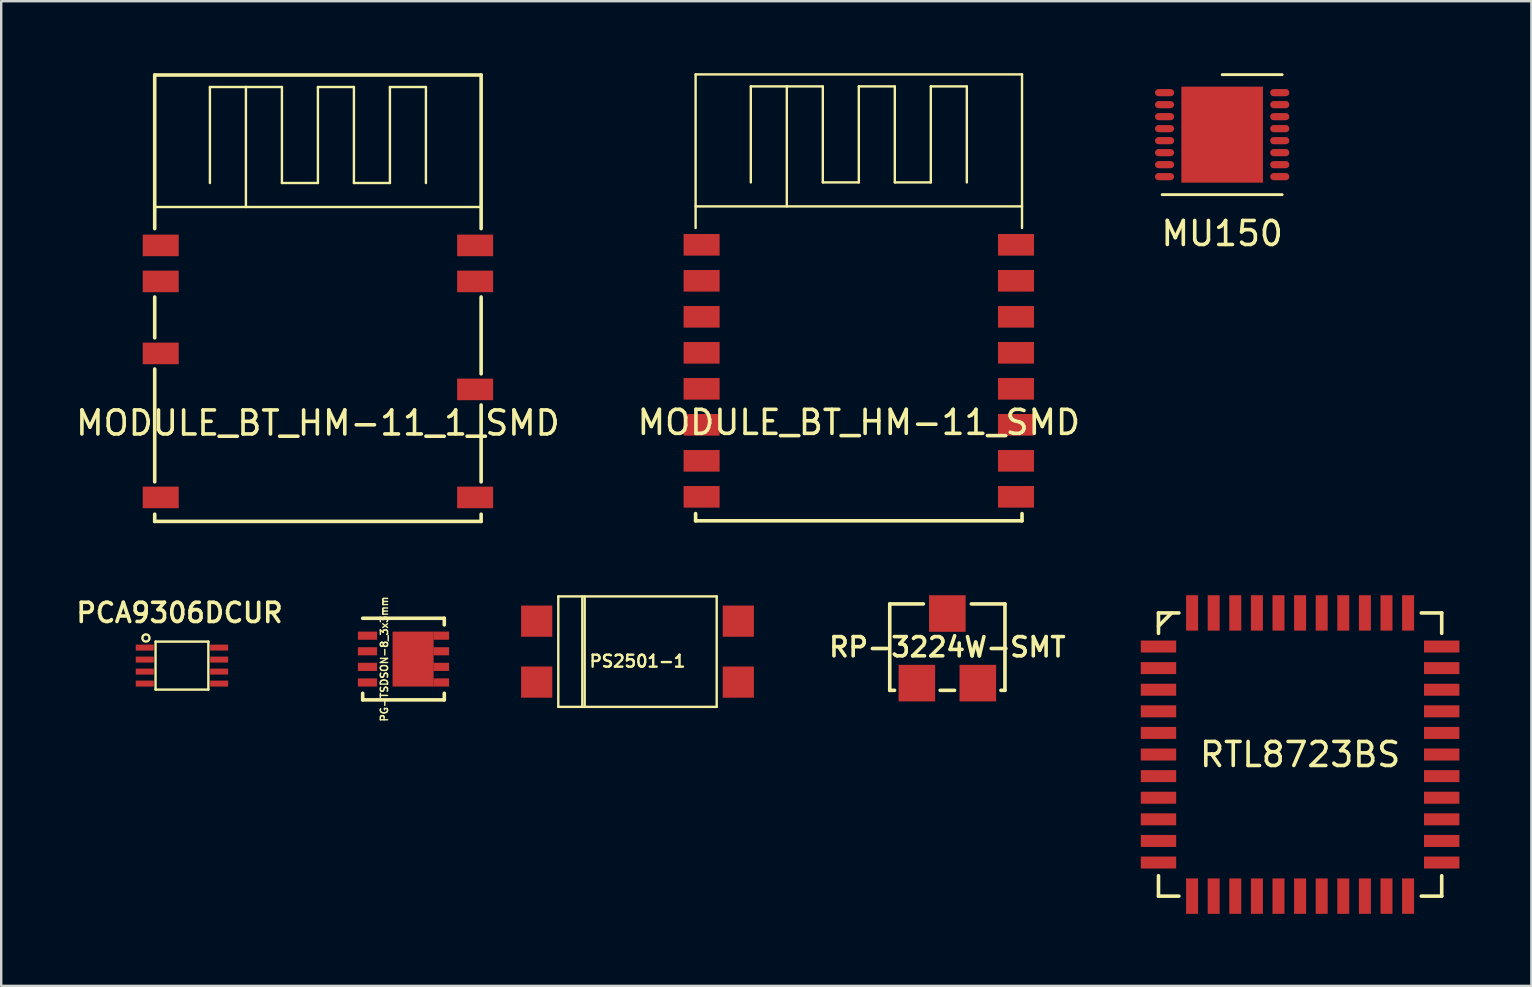
<source format=kicad_pcb>
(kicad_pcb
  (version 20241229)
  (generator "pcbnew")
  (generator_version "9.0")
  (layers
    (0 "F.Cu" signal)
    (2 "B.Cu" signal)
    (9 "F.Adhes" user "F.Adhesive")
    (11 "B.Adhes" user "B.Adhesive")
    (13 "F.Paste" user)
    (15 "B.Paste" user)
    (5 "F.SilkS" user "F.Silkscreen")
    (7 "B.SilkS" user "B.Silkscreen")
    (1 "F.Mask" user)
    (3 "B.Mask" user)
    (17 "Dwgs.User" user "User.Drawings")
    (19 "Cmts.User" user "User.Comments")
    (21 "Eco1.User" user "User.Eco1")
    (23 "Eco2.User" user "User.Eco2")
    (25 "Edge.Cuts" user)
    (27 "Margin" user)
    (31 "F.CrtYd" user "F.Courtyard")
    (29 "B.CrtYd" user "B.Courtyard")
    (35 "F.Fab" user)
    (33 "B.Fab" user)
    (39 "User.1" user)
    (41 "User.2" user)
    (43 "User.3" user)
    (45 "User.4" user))
  (footprint "PCA9306DCUR"
    (layer "F.Cu")
    (at 4.531 24.681)
    (property "Reference" "PCA9306DCUR" (at -0.1 -2.2 0) (layer "F.SilkS") (effects (font (size 0.8 0.8) (thickness 0.15))))
    (attr through_hole)
    (fp_line (start -1.1 -1) (end -1.1 1) (stroke (width 0.1) (type solid)) (layer "F.SilkS"))
    (fp_line (start -1.1 1) (end 1.1 1) (stroke (width 0.1) (type solid)) (layer "F.SilkS"))
    (fp_line (start 1.1 -1) (end -1.1 -1) (stroke (width 0.1) (type solid)) (layer "F.SilkS"))
    (fp_line (start 1.1 1) (end 1.1 -1) (stroke (width 0.1) (type solid)) (layer "F.SilkS"))
    (fp_circle (center -1.5 -1.15) (end -1.35 -1.15) (stroke (width 0.1) (type solid)) (fill no) (layer "F.SilkS"))
    (pad "1" smd rect (at -1.55 -0.75) (size 0.75 0.25) (layers "F.Cu" "F.Mask" "F.Paste"))
    (pad "2" smd rect (at -1.55 -0.25) (size 0.75 0.25) (layers "F.Cu" "F.Mask" "F.Paste"))
    (pad "3" smd rect (at -1.55 0.25) (size 0.75 0.25) (layers "F.Cu" "F.Mask" "F.Paste"))
    (pad "4" smd rect (at -1.55 0.75) (size 0.75 0.25) (layers "F.Cu" "F.Mask" "F.Paste"))
    (pad "5" smd rect (at 1.55 0.75) (size 0.75 0.25) (layers "F.Cu" "F.Mask" "F.Paste"))
    (pad "6" smd rect (at 1.55 0.25) (size 0.75 0.25) (layers "F.Cu" "F.Mask" "F.Paste"))
    (pad "7" smd rect (at 1.55 -0.25) (size 0.75 0.25) (layers "F.Cu" "F.Mask" "F.Paste"))
    (pad "8" smd rect (at 1.55 -0.75) (size 0.75 0.25) (layers "F.Cu" "F.Mask" "F.Paste")))
  (footprint "MODULE_BT_HM-11_1_SMD"
    (layer "F.Cu")
    (at 10.196 13.575)
    (property "Reference" "MODULE_BT_HM-11_1_SMD" (at 0 1 0) (layer "F.SilkS") (effects (font (size 1 1) (thickness 0.15))))
    (attr through_hole)
    (fp_line (start -6.8 -13.5) (end 6.8 -13.5) (stroke (width 0.15) (type solid)) (layer "F.SilkS"))
    (fp_line (start -6.8 -8) (end 6.8 -8) (stroke (width 0.1) (type solid)) (layer "F.SilkS"))
    (fp_line (start -6.8 -7.1) (end -6.8 -13.5) (stroke (width 0.15) (type solid)) (layer "F.SilkS"))
    (fp_line (start -6.8 -4.25) (end -6.8 -2.55) (stroke (width 0.15) (type solid)) (layer "F.SilkS"))
    (fp_line (start -6.8 -1.25) (end -6.8 3.45) (stroke (width 0.15) (type solid)) (layer "F.SilkS"))
    (fp_line (start -6.8 5.1) (end -6.8 4.8) (stroke (width 0.15) (type solid)) (layer "F.SilkS"))
    (fp_line (start -6.8 5.1) (end 6.8 5.1) (stroke (width 0.15) (type solid)) (layer "F.SilkS"))
    (fp_line (start -4.5 -13) (end -4.5 -9) (stroke (width 0.1) (type solid)) (layer "F.SilkS"))
    (fp_line (start -3 -13) (end -4.5 -13) (stroke (width 0.1) (type solid)) (layer "F.SilkS"))
    (fp_line (start -3 -13) (end -1.5 -13) (stroke (width 0.1) (type solid)) (layer "F.SilkS"))
    (fp_line (start -3 -8) (end -3 -13) (stroke (width 0.1) (type solid)) (layer "F.SilkS"))
    (fp_line (start -1.5 -13) (end -1.5 -9) (stroke (width 0.1) (type solid)) (layer "F.SilkS"))
    (fp_line (start -1.5 -9) (end 0 -9) (stroke (width 0.1) (type solid)) (layer "F.SilkS"))
    (fp_line (start 0 -13) (end 1.5 -13) (stroke (width 0.1) (type solid)) (layer "F.SilkS"))
    (fp_line (start 0 -9) (end 0 -13) (stroke (width 0.1) (type solid)) (layer "F.SilkS"))
    (fp_line (start 1.5 -13) (end 1.5 -9) (stroke (width 0.1) (type solid)) (layer "F.SilkS"))
    (fp_line (start 1.5 -9) (end 3 -9) (stroke (width 0.1) (type solid)) (layer "F.SilkS"))
    (fp_line (start 3 -13) (end 4.5 -13) (stroke (width 0.1) (type solid)) (layer "F.SilkS"))
    (fp_line (start 3 -9) (end 3 -13) (stroke (width 0.1) (type solid)) (layer "F.SilkS"))
    (fp_line (start 4.5 -13) (end 4.5 -9) (stroke (width 0.1) (type solid)) (layer "F.SilkS"))
    (fp_line (start 6.8 -13.5) (end 6.8 -7.1) (stroke (width 0.15) (type solid)) (layer "F.SilkS"))
    (fp_line (start 6.8 -4.25) (end 6.8 -1.05) (stroke (width 0.15) (type solid)) (layer "F.SilkS"))
    (fp_line (start 6.8 0.25) (end 6.8 3.45) (stroke (width 0.15) (type solid)) (layer "F.SilkS"))
    (fp_line (start 6.8 5.1) (end 6.8 4.8) (stroke (width 0.15) (type solid)) (layer "F.SilkS"))
    (pad "1" smd rect (at -6.55 -6.4) (size 1.5 0.9) (layers "F.Cu" "F.Mask" "F.Paste"))
    (pad "2" smd rect (at -6.55 -4.9) (size 1.5 0.9) (layers "F.Cu" "F.Mask" "F.Paste"))
    (pad "4" smd rect (at -6.55 -1.9) (size 1.5 0.9) (layers "F.Cu" "F.Mask" "F.Paste"))
    (pad "8" smd rect (at -6.55 4.1) (size 1.5 0.9) (layers "F.Cu" "F.Mask" "F.Paste"))
    (pad "9" smd rect (at 6.55 4.1) (size 1.5 0.9) (layers "F.Cu" "F.Mask" "F.Paste"))
    (pad "12" smd rect (at 6.55 -0.4) (size 1.5 0.9) (layers "F.Cu" "F.Mask" "F.Paste"))
    (pad "15" smd rect (at 6.55 -4.9) (size 1.5 0.9) (layers "F.Cu" "F.Mask" "F.Paste"))
    (pad "16" smd rect (at 6.55 -6.4) (size 1.5 0.9) (layers "F.Cu" "F.Mask" "F.Paste")))
  (footprint "MODULE_BT_HM-11_SMD"
    (layer "F.Cu")
    (at 32.732 13.55)
    (property "Reference" "MODULE_BT_HM-11_SMD" (at 0 1 0) (layer "F.SilkS") (effects (font (size 1 1) (thickness 0.15))))
    (attr through_hole)
    (fp_line (start -6.8 -13.5) (end 6.8 -13.5) (stroke (width 0.1) (type solid)) (layer "F.SilkS"))
    (fp_line (start -6.8 -8) (end 6.8 -8) (stroke (width 0.1) (type solid)) (layer "F.SilkS"))
    (fp_line (start -6.8 -7.1) (end -6.8 -13.5) (stroke (width 0.1) (type solid)) (layer "F.SilkS"))
    (fp_line (start -6.8 5.1) (end -6.8 4.8) (stroke (width 0.15) (type solid)) (layer "F.SilkS"))
    (fp_line (start -6.8 5.1) (end 6.8 5.1) (stroke (width 0.15) (type solid)) (layer "F.SilkS"))
    (fp_line (start -4.5 -13) (end -4.5 -9) (stroke (width 0.1) (type solid)) (layer "F.SilkS"))
    (fp_line (start -3 -13) (end -4.5 -13) (stroke (width 0.1) (type solid)) (layer "F.SilkS"))
    (fp_line (start -3 -13) (end -1.5 -13) (stroke (width 0.1) (type solid)) (layer "F.SilkS"))
    (fp_line (start -3 -8) (end -3 -13) (stroke (width 0.1) (type solid)) (layer "F.SilkS"))
    (fp_line (start -1.5 -13) (end -1.5 -9) (stroke (width 0.1) (type solid)) (layer "F.SilkS"))
    (fp_line (start -1.5 -9) (end 0 -9) (stroke (width 0.1) (type solid)) (layer "F.SilkS"))
    (fp_line (start 0 -13) (end 1.5 -13) (stroke (width 0.1) (type solid)) (layer "F.SilkS"))
    (fp_line (start 0 -9) (end 0 -13) (stroke (width 0.1) (type solid)) (layer "F.SilkS"))
    (fp_line (start 1.5 -13) (end 1.5 -9) (stroke (width 0.1) (type solid)) (layer "F.SilkS"))
    (fp_line (start 1.5 -9) (end 3 -9) (stroke (width 0.1) (type solid)) (layer "F.SilkS"))
    (fp_line (start 3 -13) (end 4.5 -13) (stroke (width 0.1) (type solid)) (layer "F.SilkS"))
    (fp_line (start 3 -9) (end 3 -13) (stroke (width 0.1) (type solid)) (layer "F.SilkS"))
    (fp_line (start 4.5 -13) (end 4.5 -9) (stroke (width 0.1) (type solid)) (layer "F.SilkS"))
    (fp_line (start 6.8 -13.5) (end 6.8 -7.1) (stroke (width 0.1) (type solid)) (layer "F.SilkS"))
    (fp_line (start 6.8 5.1) (end 6.8 4.8) (stroke (width 0.15) (type solid)) (layer "F.SilkS"))
    (pad "1" smd rect (at -6.55 -6.4) (size 1.5 0.9) (layers "F.Cu" "F.Mask" "F.Paste"))
    (pad "2" smd rect (at -6.55 -4.9) (size 1.5 0.9) (layers "F.Cu" "F.Mask" "F.Paste"))
    (pad "3" smd rect (at -6.55 -3.4) (size 1.5 0.9) (layers "F.Cu" "F.Mask" "F.Paste"))
    (pad "4" smd rect (at -6.55 -1.9) (size 1.5 0.9) (layers "F.Cu" "F.Mask" "F.Paste"))
    (pad "5" smd rect (at -6.55 -0.4) (size 1.5 0.9) (layers "F.Cu" "F.Mask" "F.Paste"))
    (pad "6" smd rect (at -6.55 1.1) (size 1.5 0.9) (layers "F.Cu" "F.Mask" "F.Paste"))
    (pad "7" smd rect (at -6.55 2.6) (size 1.5 0.9) (layers "F.Cu" "F.Mask" "F.Paste"))
    (pad "8" smd rect (at -6.55 4.1) (size 1.5 0.9) (layers "F.Cu" "F.Mask" "F.Paste"))
    (pad "9" smd rect (at 6.55 4.1) (size 1.5 0.9) (layers "F.Cu" "F.Mask" "F.Paste"))
    (pad "10" smd rect (at 6.55 2.6) (size 1.5 0.9) (layers "F.Cu" "F.Mask" "F.Paste"))
    (pad "11" smd rect (at 6.55 1.1) (size 1.5 0.9) (layers "F.Cu" "F.Mask" "F.Paste"))
    (pad "12" smd rect (at 6.55 -0.4) (size 1.5 0.9) (layers "F.Cu" "F.Mask" "F.Paste"))
    (pad "13" smd rect (at 6.55 -1.9) (size 1.5 0.9) (layers "F.Cu" "F.Mask" "F.Paste"))
    (pad "14" smd rect (at 6.55 -3.4) (size 1.5 0.9) (layers "F.Cu" "F.Mask" "F.Paste"))
    (pad "15" smd rect (at 6.55 -4.9) (size 1.5 0.9) (layers "F.Cu" "F.Mask" "F.Paste"))
    (pad "16" smd rect (at 6.55 -6.4) (size 1.5 0.9) (layers "F.Cu" "F.Mask" "F.Paste")))
  (footprint "PG-TSDSON-8_3x3mm"
    (layer "F.Cu")
    (at 13.761 24.41)
    (property "Reference" "PG-TSDSON-8_3x3mm" (at -0.8 0 90) (layer "F.SilkS") (effects (font (size 0.3 0.3) (thickness 0.06))))
    (attr smd)
    (fp_line (start -1.7 -1.7) (end 1.7 -1.7) (stroke (width 0.15) (type solid)) (layer "F.SilkS"))
    (fp_line (start -1.7 1.7) (end -1.7 1.425) (stroke (width 0.15) (type solid)) (layer "F.SilkS"))
    (fp_line (start -1.7 1.7) (end 1.7 1.7) (stroke (width 0.15) (type solid)) (layer "F.SilkS"))
    (fp_line (start 1.7 -1.7) (end 1.7 -1.425) (stroke (width 0.15) (type solid)) (layer "F.SilkS"))
    (fp_line (start 1.7 1.7) (end 1.7 1.425) (stroke (width 0.15) (type solid)) (layer "F.SilkS"))
    (pad "1" smd rect (at -1.5 -0.975) (size 0.8 0.34) (layers "F.Cu" "F.Mask" "F.Paste"))
    (pad "2" smd rect (at -1.5 -0.325) (size 0.8 0.34) (layers "F.Cu" "F.Mask" "F.Paste"))
    (pad "3" smd rect (at -1.5 0.325) (size 0.8 0.34) (layers "F.Cu" "F.Mask" "F.Paste"))
    (pad "4" smd rect (at -1.5 0.975) (size 0.8 0.34) (layers "F.Cu" "F.Mask" "F.Paste"))
    (pad "5" smd rect (at 1.575 0.975) (size 0.65 0.34) (layers "F.Cu" "F.Mask" "F.Paste"))
    (pad "6" smd rect (at 1.575 0.325) (size 0.65 0.34) (layers "F.Cu" "F.Mask" "F.Paste"))
    (pad "7" smd rect (at 1.575 -0.325) (size 0.65 0.34) (layers "F.Cu" "F.Mask" "F.Paste"))
    (pad "8" smd rect (at 0.4 0) (size 1.71 2.29) (layers "F.Cu" "F.Mask" "F.Paste"))
    (pad "8" smd rect (at 1.575 -0.975) (size 0.65 0.34) (layers "F.Cu" "F.Mask" "F.Paste")))
  (footprint "RP-3224W-SMT"
    (layer "F.Cu")
    (at 36.421 23.912)
    (property "Reference" "RP-3224W-SMT" (at 0 0 0) (layer "F.SilkS") (effects (font (size 0.8 0.8) (thickness 0.15))))
    (attr through_hole)
    (fp_line (start -2.4 -1.8) (end -1 -1.8) (stroke (width 0.15) (type solid)) (layer "F.SilkS"))
    (fp_line (start -2.4 1.8) (end -2.4 -1.8) (stroke (width 0.15) (type solid)) (layer "F.SilkS"))
    (fp_line (start -2.2 1.8) (end -2.4 1.8) (stroke (width 0.15) (type solid)) (layer "F.SilkS"))
    (fp_line (start 0.3 1.8) (end -0.3 1.8) (stroke (width 0.15) (type solid)) (layer "F.SilkS"))
    (fp_line (start 1 -1.8) (end 2.4 -1.8) (stroke (width 0.15) (type solid)) (layer "F.SilkS"))
    (fp_line (start 2.4 -1.8) (end 2.4 1.8) (stroke (width 0.15) (type solid)) (layer "F.SilkS"))
    (fp_line (start 2.4 1.8) (end 2.232 1.8) (stroke (width 0.15) (type solid)) (layer "F.SilkS"))
    (pad "1" smd rect (at -1.27 1.5 270) (size 1.524 1.524) (layers "F.Cu" "F.Mask" "F.Paste"))
    (pad "2" smd rect (at 0 -1.4 270) (size 1.524 1.524) (layers "F.Cu" "F.Mask" "F.Paste"))
    (pad "3" smd rect (at 1.27 1.5 270) (size 1.524 1.524) (layers "F.Cu" "F.Mask" "F.Paste")))
  (footprint "MU150"
    (layer "F.Cu")
    (at 47.871 2.56)
    (property "Reference" "MU150" (at 0 4.12 0) (layer "F.SilkS") (effects (font (size 1 1) (thickness 0.15))))
    (attr through_hole)
    (fp_line (start 0 -2.5) (end 2.5 -2.5) (stroke (width 0.12) (type solid)) (layer "F.SilkS"))
    (fp_line (start 2.5 2.5) (end -2.5 2.5) (stroke (width 0.12) (type solid)) (layer "F.SilkS"))
    (pad "1" smd roundrect (at -2.4 -1.75) (size 0.8 0.3) (layers "F.Cu" "F.Mask" "F.Paste") (roundrect_rratio 0.5))
    (pad "2" smd roundrect (at -2.4 -1.25) (size 0.8 0.3) (layers "F.Cu" "F.Mask" "F.Paste") (roundrect_rratio 0.5))
    (pad "3" smd roundrect (at -2.4 -0.75) (size 0.8 0.3) (layers "F.Cu" "F.Mask" "F.Paste") (roundrect_rratio 0.5))
    (pad "4" smd roundrect (at -2.4 -0.25) (size 0.8 0.3) (layers "F.Cu" "F.Mask" "F.Paste") (roundrect_rratio 0.5))
    (pad "5" smd roundrect (at -2.4 0.25) (size 0.8 0.3) (layers "F.Cu" "F.Mask" "F.Paste") (roundrect_rratio 0.5))
    (pad "6" smd roundrect (at -2.4 0.75) (size 0.8 0.3) (layers "F.Cu" "F.Mask" "F.Paste") (roundrect_rratio 0.5))
    (pad "7" smd roundrect (at -2.4 1.25) (size 0.8 0.3) (layers "F.Cu" "F.Mask" "F.Paste") (roundrect_rratio 0.5))
    (pad "8" smd roundrect (at -2.4 1.75) (size 0.8 0.3) (layers "F.Cu" "F.Mask" "F.Paste") (roundrect_rratio 0.5))
    (pad "9" smd roundrect (at 2.4 1.75) (size 0.8 0.3) (layers "F.Cu" "F.Mask" "F.Paste") (roundrect_rratio 0.5))
    (pad "10" smd roundrect (at 2.4 1.25) (size 0.8 0.3) (layers "F.Cu" "F.Mask" "F.Paste") (roundrect_rratio 0.5))
    (pad "11" smd roundrect (at 2.4 0.75) (size 0.8 0.3) (layers "F.Cu" "F.Mask" "F.Paste") (roundrect_rratio 0.5))
    (pad "12" smd roundrect (at 2.4 0.25) (size 0.8 0.3) (layers "F.Cu" "F.Mask" "F.Paste") (roundrect_rratio 0.5))
    (pad "13" smd roundrect (at 2.4 -0.25) (size 0.8 0.3) (layers "F.Cu" "F.Mask" "F.Paste") (roundrect_rratio 0.5))
    (pad "14" smd roundrect (at 2.4 -0.75) (size 0.8 0.3) (layers "F.Cu" "F.Mask" "F.Paste") (roundrect_rratio 0.5))
    (pad "15" smd roundrect (at 2.4 -1.25) (size 0.8 0.3) (layers "F.Cu" "F.Mask" "F.Paste") (roundrect_rratio 0.5))
    (pad "16" smd roundrect (at 2.4 -1.75) (size 0.8 0.3) (layers "F.Cu" "F.Mask" "F.Paste") (roundrect_rratio 0.5))
    (pad "17" smd rect (at 0 0) (size 3.4 4) (layers "F.Cu" "F.Mask" "F.Paste")))
  (footprint "PS2501-1"
    (layer "F.Cu")
    (at 23.511 24.1)
    (property "Reference" "PS2501-1" (at 0 0.4 0) (layer "F.SilkS") (effects (font (size 0.5 0.5) (thickness 0.1))))
    (attr through_hole)
    (fp_line (start -3.3 -2.3) (end -3.3 2.3) (stroke (width 0.1) (type solid)) (layer "F.SilkS"))
    (fp_line (start -3.3 -2.3) (end 3.3 -2.3) (stroke (width 0.1) (type solid)) (layer "F.SilkS"))
    (fp_line (start -2.3 -2.3) (end -2.3 2.3) (stroke (width 0.1) (type solid)) (layer "F.SilkS"))
    (fp_line (start -2.2 -2.3) (end -2.2 2.3) (stroke (width 0.1) (type solid)) (layer "F.SilkS"))
    (fp_line (start 3.3 -2.3) (end 3.3 2.3) (stroke (width 0.1) (type solid)) (layer "F.SilkS"))
    (fp_line (start 3.3 2.3) (end -3.3 2.3) (stroke (width 0.1) (type solid)) (layer "F.SilkS"))
    (pad "1" smd rect (at -4.2 -1.27) (size 1.3 1.3) (layers "F.Cu" "F.Mask" "F.Paste"))
    (pad "2" smd rect (at -4.2 1.27) (size 1.3 1.3) (layers "F.Cu" "F.Mask" "F.Paste"))
    (pad "3" smd rect (at 4.2 1.27) (size 1.3 1.3) (layers "F.Cu" "F.Mask" "F.Paste"))
    (pad "4" smd rect (at 4.2 -1.27) (size 1.3 1.3) (layers "F.Cu" "F.Mask" "F.Paste")))
  (footprint "RTL8723BS"
    (layer "F.Cu")
    (at 51.118 28.387)
    (property "Reference" "RTL8723BS" (at 0 0 180) (layer "F.SilkS") (effects (font (size 1 1) (thickness 0.15))))
    (attr through_hole)
    (fp_line (start -5.9 -5.9) (end -5.9 -5.05) (stroke (width 0.15) (type solid)) (layer "F.SilkS"))
    (fp_line (start -5.9 5.9) (end -5.9 5.05) (stroke (width 0.15) (type solid)) (layer "F.SilkS"))
    (fp_line (start -5.9 5.9) (end -5.05 5.9) (stroke (width 0.15) (type solid)) (layer "F.SilkS"))
    (fp_line (start -5.35 -5.9) (end -5.9 -5.35) (stroke (width 0.15) (type solid)) (layer "F.SilkS"))
    (fp_line (start -5.05 -5.9) (end -5.9 -5.9) (stroke (width 0.15) (type solid)) (layer "F.SilkS"))
    (fp_line (start 5.9 -5.9) (end 5.05 -5.9) (stroke (width 0.15) (type solid)) (layer "F.SilkS"))
    (fp_line (start 5.9 -5.9) (end 5.9 -5.05) (stroke (width 0.15) (type solid)) (layer "F.SilkS"))
    (fp_line (start 5.9 5.9) (end 5.05 5.9) (stroke (width 0.15) (type solid)) (layer "F.SilkS"))
    (fp_line (start 5.9 5.9) (end 5.9 5.05) (stroke (width 0.15) (type solid)) (layer "F.SilkS"))
    (pad "1" smd rect (at -5.9 -4.5 270) (size 0.5 1.475) (layers "F.Cu" "F.Mask" "F.Paste"))
    (pad "2" smd rect (at -5.9 -3.6 270) (size 0.5 1.475) (layers "F.Cu" "F.Mask" "F.Paste"))
    (pad "3" smd rect (at -5.9 -2.7 270) (size 0.5 1.475) (layers "F.Cu" "F.Mask" "F.Paste"))
    (pad "4" smd rect (at -5.9 -1.8 270) (size 0.5 1.475) (layers "F.Cu" "F.Mask" "F.Paste"))
    (pad "5" smd rect (at -5.9 -0.9 270) (size 0.5 1.475) (layers "F.Cu" "F.Mask" "F.Paste"))
    (pad "6" smd rect (at -5.9 0 270) (size 0.5 1.475) (layers "F.Cu" "F.Mask" "F.Paste"))
    (pad "7" smd rect (at -5.9 0.9 270) (size 0.5 1.475) (layers "F.Cu" "F.Mask" "F.Paste"))
    (pad "8" smd rect (at -5.9 1.8 270) (size 0.5 1.475) (layers "F.Cu" "F.Mask" "F.Paste"))
    (pad "9" smd rect (at -5.9 2.7 270) (size 0.5 1.475) (layers "F.Cu" "F.Mask" "F.Paste"))
    (pad "10" smd rect (at -5.9 3.6 270) (size 0.5 1.475) (layers "F.Cu" "F.Mask" "F.Paste"))
    (pad "11" smd rect (at -5.9 4.5 270) (size 0.5 1.475) (layers "F.Cu" "F.Mask" "F.Paste"))
    (pad "12" smd rect (at -4.5 5.9 180) (size 0.5 1.475) (layers "F.Cu" "F.Mask" "F.Paste"))
    (pad "13" smd rect (at -3.6 5.9 180) (size 0.5 1.475) (layers "F.Cu" "F.Mask" "F.Paste"))
    (pad "14" smd rect (at -2.7 5.9 180) (size 0.5 1.475) (layers "F.Cu" "F.Mask" "F.Paste"))
    (pad "15" smd rect (at -1.8 5.9 180) (size 0.5 1.475) (layers "F.Cu" "F.Mask" "F.Paste"))
    (pad "16" smd rect (at -0.9 5.9 180) (size 0.5 1.475) (layers "F.Cu" "F.Mask" "F.Paste"))
    (pad "17" smd rect (at 0 5.9 180) (size 0.5 1.475) (layers "F.Cu" "F.Mask" "F.Paste"))
    (pad "18" smd rect (at 0.9 5.9 180) (size 0.5 1.475) (layers "F.Cu" "F.Mask" "F.Paste"))
    (pad "19" smd rect (at 1.8 5.9 180) (size 0.5 1.475) (layers "F.Cu" "F.Mask" "F.Paste"))
    (pad "20" smd rect (at 2.7 5.9 180) (size 0.5 1.475) (layers "F.Cu" "F.Mask" "F.Paste"))
    (pad "21" smd rect (at 3.6 5.9 180) (size 0.5 1.475) (layers "F.Cu" "F.Mask" "F.Paste"))
    (pad "22" smd rect (at 4.5 5.9 180) (size 0.5 1.475) (layers "F.Cu" "F.Mask" "F.Paste"))
    (pad "23" smd rect (at 5.9 4.5 270) (size 0.5 1.475) (layers "F.Cu" "F.Mask" "F.Paste"))
    (pad "24" smd rect (at 5.9 3.6 270) (size 0.5 1.475) (layers "F.Cu" "F.Mask" "F.Paste"))
    (pad "25" smd rect (at 5.9 2.7 270) (size 0.5 1.475) (layers "F.Cu" "F.Mask" "F.Paste"))
    (pad "26" smd rect (at 5.9 1.8 270) (size 0.5 1.475) (layers "F.Cu" "F.Mask" "F.Paste"))
    (pad "27" smd rect (at 5.9 0.9 270) (size 0.5 1.475) (layers "F.Cu" "F.Mask" "F.Paste"))
    (pad "28" smd rect (at 5.9 0 270) (size 0.5 1.475) (layers "F.Cu" "F.Mask" "F.Paste"))
    (pad "29" smd rect (at 5.9 -0.9 270) (size 0.5 1.475) (layers "F.Cu" "F.Mask" "F.Paste"))
    (pad "30" smd rect (at 5.9 -1.8 270) (size 0.5 1.475) (layers "F.Cu" "F.Mask" "F.Paste"))
    (pad "31" smd rect (at 5.9 -2.7 270) (size 0.5 1.475) (layers "F.Cu" "F.Mask" "F.Paste"))
    (pad "32" smd rect (at 5.9 -3.6 270) (size 0.5 1.475) (layers "F.Cu" "F.Mask" "F.Paste"))
    (pad "33" smd rect (at 5.9 -4.5 270) (size 0.5 1.475) (layers "F.Cu" "F.Mask" "F.Paste"))
    (pad "34" smd rect (at 4.5 -5.9 180) (size 0.5 1.475) (layers "F.Cu" "F.Mask" "F.Paste"))
    (pad "35" smd rect (at 3.6 -5.9 180) (size 0.5 1.475) (layers "F.Cu" "F.Mask" "F.Paste"))
    (pad "36" smd rect (at 2.7 -5.9 180) (size 0.5 1.475) (layers "F.Cu" "F.Mask" "F.Paste"))
    (pad "37" smd rect (at 1.8 -5.9 180) (size 0.5 1.475) (layers "F.Cu" "F.Mask" "F.Paste"))
    (pad "38" smd rect (at 0.9 -5.9 180) (size 0.5 1.475) (layers "F.Cu" "F.Mask" "F.Paste"))
    (pad "39" smd rect (at 0 -5.9 180) (size 0.5 1.475) (layers "F.Cu" "F.Mask" "F.Paste"))
    (pad "40" smd rect (at -0.9 -5.9 180) (size 0.5 1.475) (layers "F.Cu" "F.Mask" "F.Paste"))
    (pad "41" smd rect (at -1.8 -5.9 180) (size 0.5 1.475) (layers "F.Cu" "F.Mask" "F.Paste"))
    (pad "42" smd rect (at -2.7 -5.9 180) (size 0.5 1.475) (layers "F.Cu" "F.Mask" "F.Paste"))
    (pad "43" smd rect (at -3.6 -5.9 180) (size 0.5 1.475) (layers "F.Cu" "F.Mask" "F.Paste"))
    (pad "44" smd rect (at -4.5 -5.9 180) (size 0.5 1.475) (layers "F.Cu" "F.Mask" "F.Paste")))
  (gr_rect
    (start -3 -3)
    (end 60.755 38.025)
    (stroke (width 0.1) (type default))
    (fill no)
    (layer "Edge.Cuts")))
</source>
